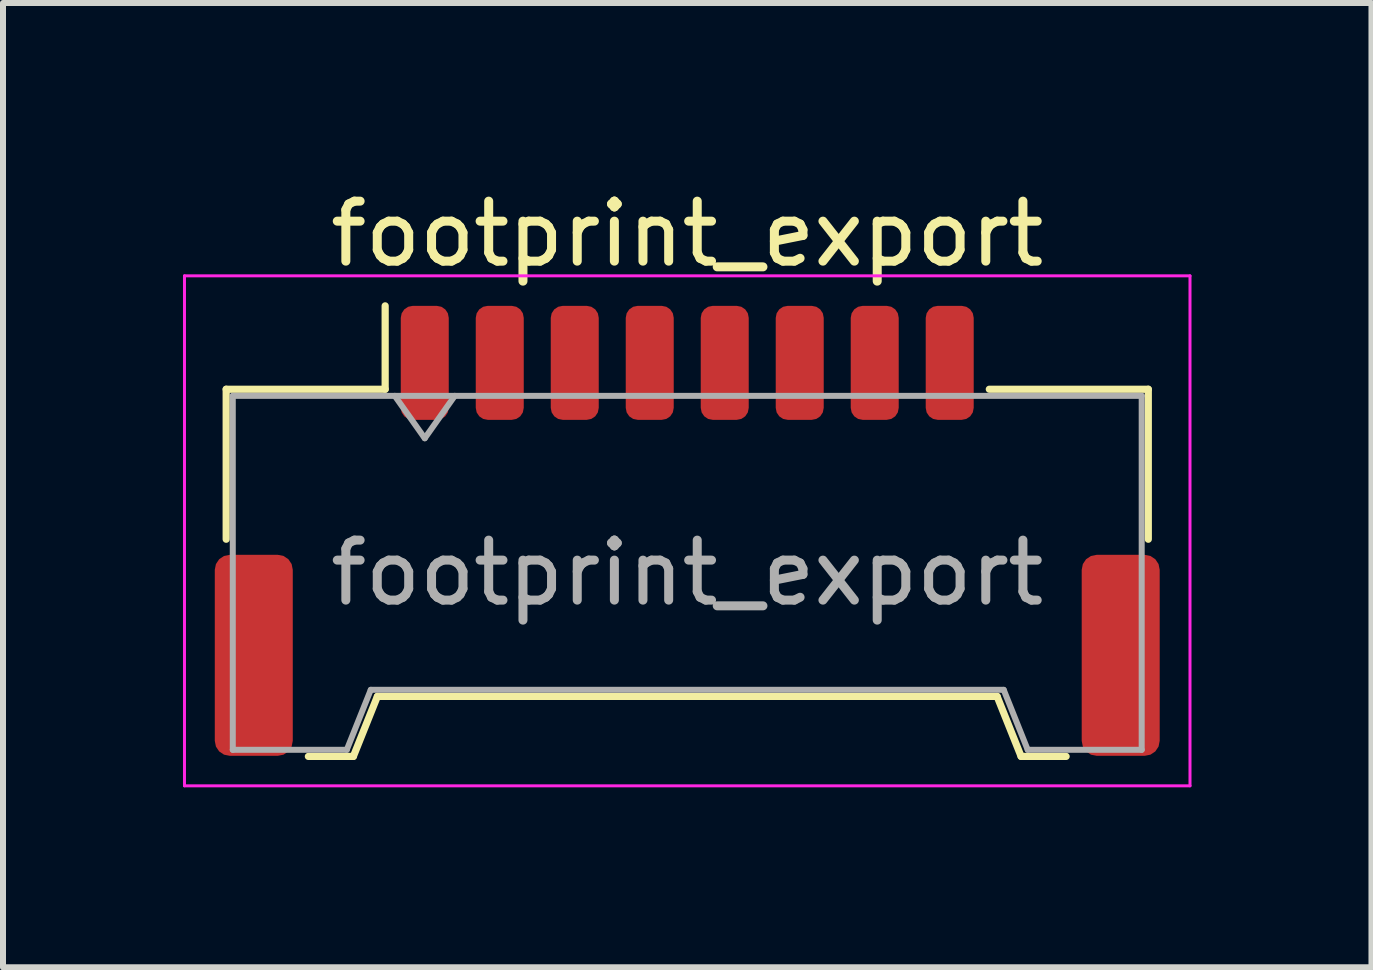
<source format=kicad_pcb>
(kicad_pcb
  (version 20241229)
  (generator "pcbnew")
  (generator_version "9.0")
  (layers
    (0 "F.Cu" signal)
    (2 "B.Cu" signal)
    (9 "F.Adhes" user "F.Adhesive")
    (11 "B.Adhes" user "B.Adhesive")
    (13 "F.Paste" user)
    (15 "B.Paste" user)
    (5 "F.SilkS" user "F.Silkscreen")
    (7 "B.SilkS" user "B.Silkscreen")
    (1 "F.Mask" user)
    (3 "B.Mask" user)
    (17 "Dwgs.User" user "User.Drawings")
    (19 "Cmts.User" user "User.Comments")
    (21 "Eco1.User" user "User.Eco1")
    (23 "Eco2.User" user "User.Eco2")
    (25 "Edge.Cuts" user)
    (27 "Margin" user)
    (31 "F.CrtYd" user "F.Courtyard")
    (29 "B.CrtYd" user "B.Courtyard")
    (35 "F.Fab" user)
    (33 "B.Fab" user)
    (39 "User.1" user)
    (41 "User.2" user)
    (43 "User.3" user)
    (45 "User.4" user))
  (footprint "footprint_export"
    (layer "F.Cu")
    (at 8.405 5.798)
    (property "Reference" "footprint_export" (at 0 -4.95 0) (layer "F.SilkS") (effects (font (size 1 1) (thickness 0.15))))
    (attr smd)
    (fp_line (start -7.685 -2.36) (end -5.035 -2.36) (stroke (width 0.12) (type solid)) (layer "F.SilkS"))
    (fp_line (start -7.685 0.14) (end -7.685 -2.36) (stroke (width 0.12) (type solid)) (layer "F.SilkS"))
    (fp_line (start -6.315 3.76) (end -5.565 3.76) (stroke (width 0.12) (type solid)) (layer "F.SilkS"))
    (fp_line (start -5.565 3.76) (end -5.165 2.76) (stroke (width 0.12) (type solid)) (layer "F.SilkS"))
    (fp_line (start -5.165 2.76) (end 5.165 2.76) (stroke (width 0.12) (type solid)) (layer "F.SilkS"))
    (fp_line (start -5.035 -2.36) (end -5.035 -3.75) (stroke (width 0.12) (type solid)) (layer "F.SilkS"))
    (fp_line (start 5.165 2.76) (end 5.565 3.76) (stroke (width 0.12) (type solid)) (layer "F.SilkS"))
    (fp_line (start 5.565 3.76) (end 6.315 3.76) (stroke (width 0.12) (type solid)) (layer "F.SilkS"))
    (fp_line (start 7.685 -2.36) (end 5.035 -2.36) (stroke (width 0.12) (type solid)) (layer "F.SilkS"))
    (fp_line (start 7.685 0.14) (end 7.685 -2.36) (stroke (width 0.12) (type solid)) (layer "F.SilkS"))
    (fp_line (start -8.38 -4.25) (end -8.38 4.25) (stroke (width 0.05) (type solid)) (layer "F.CrtYd"))
    (fp_line (start -8.38 4.25) (end 8.38 4.25) (stroke (width 0.05) (type solid)) (layer "F.CrtYd"))
    (fp_line (start 8.38 -4.25) (end -8.38 -4.25) (stroke (width 0.05) (type solid)) (layer "F.CrtYd"))
    (fp_line (start 8.38 4.25) (end 8.38 -4.25) (stroke (width 0.05) (type solid)) (layer "F.CrtYd"))
    (fp_line (start -7.575 -2.25) (end -7.575 3.65) (stroke (width 0.1) (type solid)) (layer "F.Fab"))
    (fp_line (start -7.575 -2.25) (end 7.575 -2.25) (stroke (width 0.1) (type solid)) (layer "F.Fab"))
    (fp_line (start -7.575 3.65) (end -5.675 3.65) (stroke (width 0.1) (type solid)) (layer "F.Fab"))
    (fp_line (start -5.675 3.65) (end -5.275 2.65) (stroke (width 0.1) (type solid)) (layer "F.Fab"))
    (fp_line (start -5.275 2.65) (end 5.275 2.65) (stroke (width 0.1) (type solid)) (layer "F.Fab"))
    (fp_line (start -4.875 -2.25) (end -4.375 -1.543) (stroke (width 0.1) (type solid)) (layer "F.Fab"))
    (fp_line (start -4.375 -1.543) (end -3.875 -2.25) (stroke (width 0.1) (type solid)) (layer "F.Fab"))
    (fp_line (start 5.275 2.65) (end 5.675 3.65) (stroke (width 0.1) (type solid)) (layer "F.Fab"))
    (fp_line (start 5.675 3.65) (end 7.575 3.65) (stroke (width 0.1) (type solid)) (layer "F.Fab"))
    (fp_line (start 7.575 -2.25) (end 7.575 3.65) (stroke (width 0.1) (type solid)) (layer "F.Fab"))
    (fp_text user "${REFERENCE}" (at 0 0.7 0) (layer "F.Fab") (effects (font (size 1 1) (thickness 0.15))))
    (pad "1" smd roundrect (at -4.375 -2.8) (size 0.8 1.9) (layers "F.Cu" "F.Mask" "F.Paste") (roundrect_rratio 0.25))
    (pad "2" smd roundrect (at -3.125 -2.8) (size 0.8 1.9) (layers "F.Cu" "F.Mask" "F.Paste") (roundrect_rratio 0.25))
    (pad "3" smd roundrect (at -1.875 -2.8) (size 0.8 1.9) (layers "F.Cu" "F.Mask" "F.Paste") (roundrect_rratio 0.25))
    (pad "4" smd roundrect (at -0.625 -2.8) (size 0.8 1.9) (layers "F.Cu" "F.Mask" "F.Paste") (roundrect_rratio 0.25))
    (pad "5" smd roundrect (at 0.625 -2.8) (size 0.8 1.9) (layers "F.Cu" "F.Mask" "F.Paste") (roundrect_rratio 0.25))
    (pad "6" smd roundrect (at 1.875 -2.8) (size 0.8 1.9) (layers "F.Cu" "F.Mask" "F.Paste") (roundrect_rratio 0.25))
    (pad "7" smd roundrect (at 3.125 -2.8) (size 0.8 1.9) (layers "F.Cu" "F.Mask" "F.Paste") (roundrect_rratio 0.25))
    (pad "8" smd roundrect (at 4.375 -2.8) (size 0.8 1.9) (layers "F.Cu" "F.Mask" "F.Paste") (roundrect_rratio 0.25))
    (pad "MP" smd roundrect (at -7.225 2.075) (size 1.3 3.35) (layers "F.Cu" "F.Mask" "F.Paste") (roundrect_rratio 0.192))
    (pad "MP" smd roundrect (at 7.225 2.075) (size 1.3 3.35) (layers "F.Cu" "F.Mask" "F.Paste") (roundrect_rratio 0.192)))
  (gr_rect
    (start -3 -3)
    (end 19.81 13.073)
    (stroke (width 0.1) (type default))
    (fill no)
    (layer "Edge.Cuts")))
</source>
